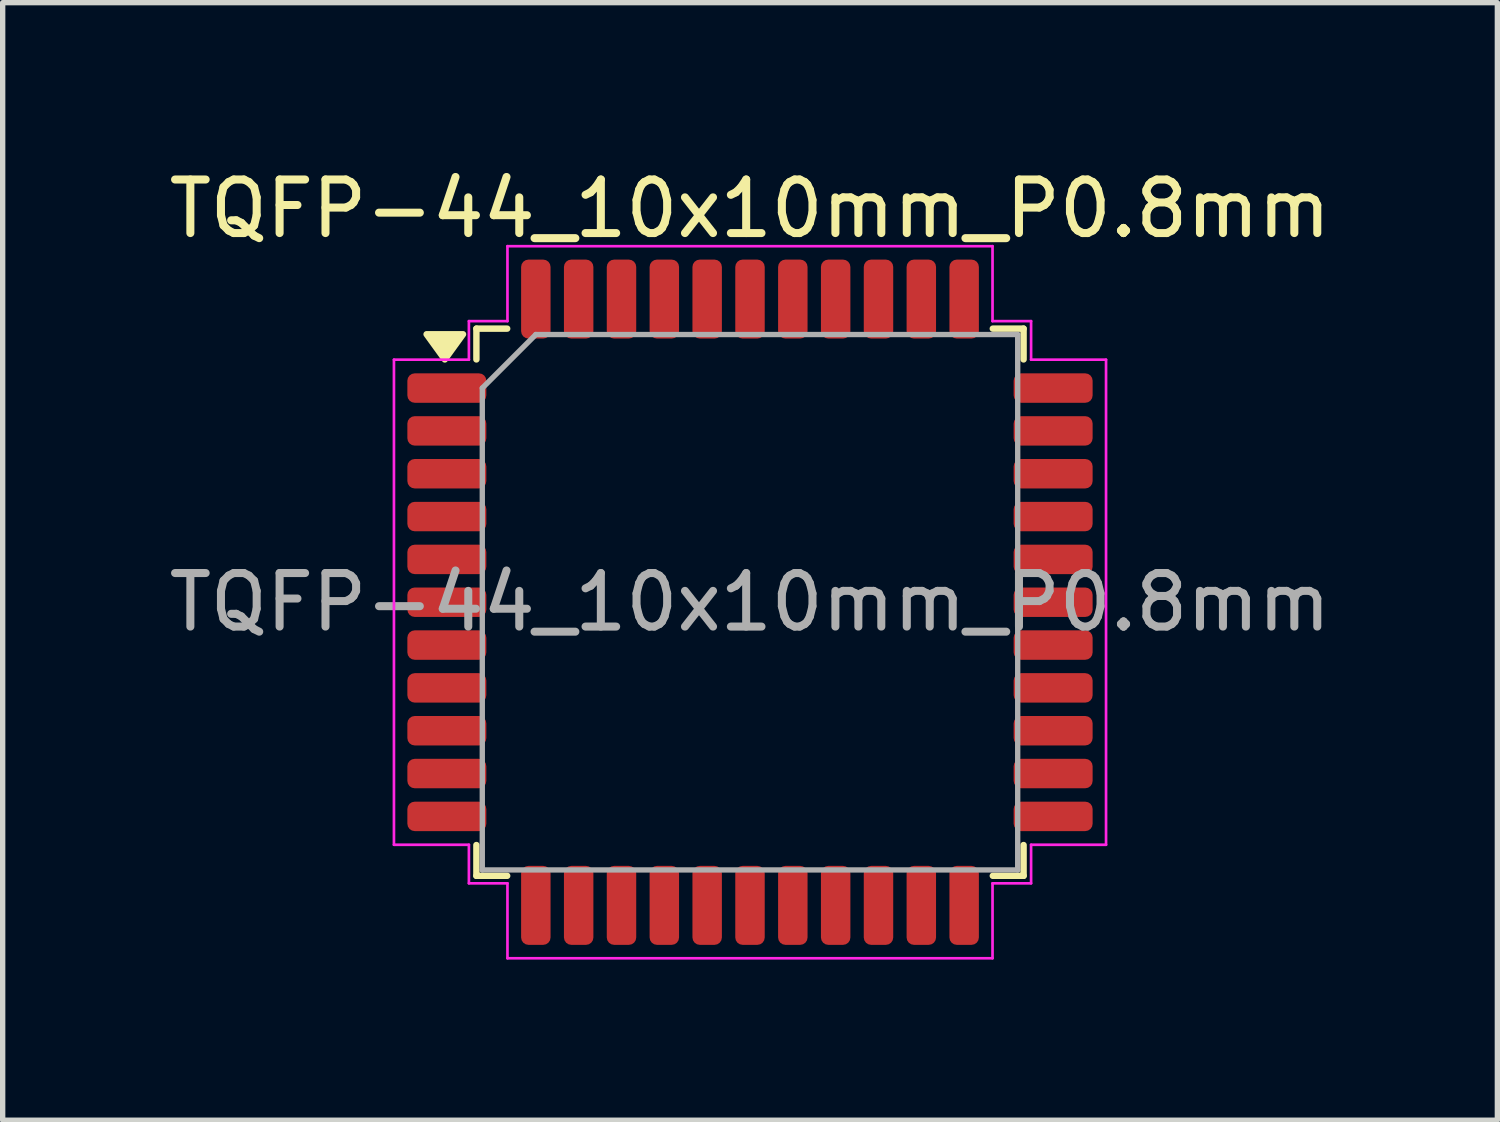
<source format=kicad_pcb>
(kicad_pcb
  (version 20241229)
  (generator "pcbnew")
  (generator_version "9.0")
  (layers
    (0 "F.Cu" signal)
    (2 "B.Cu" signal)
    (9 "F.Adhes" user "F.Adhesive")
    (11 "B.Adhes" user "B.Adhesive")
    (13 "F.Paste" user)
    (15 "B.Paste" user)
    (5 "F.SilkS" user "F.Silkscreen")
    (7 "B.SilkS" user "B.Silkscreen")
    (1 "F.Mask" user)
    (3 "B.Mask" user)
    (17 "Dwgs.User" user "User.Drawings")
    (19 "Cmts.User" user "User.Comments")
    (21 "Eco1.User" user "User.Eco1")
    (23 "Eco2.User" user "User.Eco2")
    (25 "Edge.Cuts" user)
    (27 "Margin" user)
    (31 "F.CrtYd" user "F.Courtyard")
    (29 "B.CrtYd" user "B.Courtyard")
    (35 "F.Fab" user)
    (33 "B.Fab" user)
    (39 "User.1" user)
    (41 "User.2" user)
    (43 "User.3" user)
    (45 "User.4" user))
  (footprint "TQFP-44_10x10mm_P0.8mm"
    (layer "F.Cu")
    (at 10.958 8.198)
    (property "Reference" "TQFP-44_10x10mm_P0.8mm" (at 0 -7.35 0) (layer "F.SilkS") (effects (font (size 1 1) (thickness 0.15))))
    (attr smd)
    (fp_line (start -5.11 -5.11) (end -5.11 -4.535) (stroke (width 0.12) (type solid)) (layer "F.SilkS"))
    (fp_line (start -5.11 5.11) (end -5.11 4.535) (stroke (width 0.12) (type solid)) (layer "F.SilkS"))
    (fp_line (start -4.535 -5.11) (end -5.11 -5.11) (stroke (width 0.12) (type solid)) (layer "F.SilkS"))
    (fp_line (start -4.535 5.11) (end -5.11 5.11) (stroke (width 0.12) (type solid)) (layer "F.SilkS"))
    (fp_line (start 4.535 -5.11) (end 5.11 -5.11) (stroke (width 0.12) (type solid)) (layer "F.SilkS"))
    (fp_line (start 4.535 5.11) (end 5.11 5.11) (stroke (width 0.12) (type solid)) (layer "F.SilkS"))
    (fp_line (start 5.11 -5.11) (end 5.11 -4.535) (stroke (width 0.12) (type solid)) (layer "F.SilkS"))
    (fp_line (start 5.11 5.11) (end 5.11 4.535) (stroke (width 0.12) (type solid)) (layer "F.SilkS"))
    (fp_poly (pts (xy -5.7 -4.535) (xy -6.04 -5.005) (xy -5.36 -5.005)) (stroke (width 0.12) (type solid)) (fill yes) (layer "F.SilkS"))
    (fp_line (start -6.65 -4.53) (end -5.25 -4.53) (stroke (width 0.05) (type solid)) (layer "F.CrtYd"))
    (fp_line (start -6.65 4.53) (end -6.65 -4.53) (stroke (width 0.05) (type solid)) (layer "F.CrtYd"))
    (fp_line (start -5.25 -5.25) (end -4.53 -5.25) (stroke (width 0.05) (type solid)) (layer "F.CrtYd"))
    (fp_line (start -5.25 -4.53) (end -5.25 -5.25) (stroke (width 0.05) (type solid)) (layer "F.CrtYd"))
    (fp_line (start -5.25 4.53) (end -6.65 4.53) (stroke (width 0.05) (type solid)) (layer "F.CrtYd"))
    (fp_line (start -5.25 5.25) (end -5.25 4.53) (stroke (width 0.05) (type solid)) (layer "F.CrtYd"))
    (fp_line (start -4.53 -6.65) (end 4.53 -6.65) (stroke (width 0.05) (type solid)) (layer "F.CrtYd"))
    (fp_line (start -4.53 -5.25) (end -4.53 -6.65) (stroke (width 0.05) (type solid)) (layer "F.CrtYd"))
    (fp_line (start -4.53 5.25) (end -5.25 5.25) (stroke (width 0.05) (type solid)) (layer "F.CrtYd"))
    (fp_line (start -4.53 6.65) (end -4.53 5.25) (stroke (width 0.05) (type solid)) (layer "F.CrtYd"))
    (fp_line (start 4.53 -6.65) (end 4.53 -5.25) (stroke (width 0.05) (type solid)) (layer "F.CrtYd"))
    (fp_line (start 4.53 -5.25) (end 5.25 -5.25) (stroke (width 0.05) (type solid)) (layer "F.CrtYd"))
    (fp_line (start 4.53 5.25) (end 4.53 6.65) (stroke (width 0.05) (type solid)) (layer "F.CrtYd"))
    (fp_line (start 4.53 6.65) (end -4.53 6.65) (stroke (width 0.05) (type solid)) (layer "F.CrtYd"))
    (fp_line (start 5.25 -5.25) (end 5.25 -4.53) (stroke (width 0.05) (type solid)) (layer "F.CrtYd"))
    (fp_line (start 5.25 -4.53) (end 6.65 -4.53) (stroke (width 0.05) (type solid)) (layer "F.CrtYd"))
    (fp_line (start 5.25 4.53) (end 5.25 5.25) (stroke (width 0.05) (type solid)) (layer "F.CrtYd"))
    (fp_line (start 5.25 5.25) (end 4.53 5.25) (stroke (width 0.05) (type solid)) (layer "F.CrtYd"))
    (fp_line (start 6.65 -4.53) (end 6.65 4.53) (stroke (width 0.05) (type solid)) (layer "F.CrtYd"))
    (fp_line (start 6.65 4.53) (end 5.25 4.53) (stroke (width 0.05) (type solid)) (layer "F.CrtYd"))
    (fp_line (start -5 -4) (end -4 -5) (stroke (width 0.1) (type solid)) (layer "F.Fab"))
    (fp_line (start -5 5) (end -5 -4) (stroke (width 0.1) (type solid)) (layer "F.Fab"))
    (fp_line (start -4 -5) (end 5 -5) (stroke (width 0.1) (type solid)) (layer "F.Fab"))
    (fp_line (start 5 -5) (end 5 5) (stroke (width 0.1) (type solid)) (layer "F.Fab"))
    (fp_line (start 5 5) (end -5 5) (stroke (width 0.1) (type solid)) (layer "F.Fab"))
    (fp_text user "${REFERENCE}" (at 0 0 0) (layer "F.Fab") (effects (font (size 1 1) (thickness 0.15))))
    (pad "1" smd roundrect (at -5.662 -4) (size 1.475 0.55) (layers "F.Cu" "F.Mask" "F.Paste") (roundrect_rratio 0.25))
    (pad "2" smd roundrect (at -5.662 -3.2) (size 1.475 0.55) (layers "F.Cu" "F.Mask" "F.Paste") (roundrect_rratio 0.25))
    (pad "3" smd roundrect (at -5.662 -2.4) (size 1.475 0.55) (layers "F.Cu" "F.Mask" "F.Paste") (roundrect_rratio 0.25))
    (pad "4" smd roundrect (at -5.662 -1.6) (size 1.475 0.55) (layers "F.Cu" "F.Mask" "F.Paste") (roundrect_rratio 0.25))
    (pad "5" smd roundrect (at -5.662 -0.8) (size 1.475 0.55) (layers "F.Cu" "F.Mask" "F.Paste") (roundrect_rratio 0.25))
    (pad "6" smd roundrect (at -5.662 0) (size 1.475 0.55) (layers "F.Cu" "F.Mask" "F.Paste") (roundrect_rratio 0.25))
    (pad "7" smd roundrect (at -5.662 0.8) (size 1.475 0.55) (layers "F.Cu" "F.Mask" "F.Paste") (roundrect_rratio 0.25))
    (pad "8" smd roundrect (at -5.662 1.6) (size 1.475 0.55) (layers "F.Cu" "F.Mask" "F.Paste") (roundrect_rratio 0.25))
    (pad "9" smd roundrect (at -5.662 2.4) (size 1.475 0.55) (layers "F.Cu" "F.Mask" "F.Paste") (roundrect_rratio 0.25))
    (pad "10" smd roundrect (at -5.662 3.2) (size 1.475 0.55) (layers "F.Cu" "F.Mask" "F.Paste") (roundrect_rratio 0.25))
    (pad "11" smd roundrect (at -5.662 4) (size 1.475 0.55) (layers "F.Cu" "F.Mask" "F.Paste") (roundrect_rratio 0.25))
    (pad "12" smd roundrect (at -4 5.662) (size 0.55 1.475) (layers "F.Cu" "F.Mask" "F.Paste") (roundrect_rratio 0.25))
    (pad "13" smd roundrect (at -3.2 5.662) (size 0.55 1.475) (layers "F.Cu" "F.Mask" "F.Paste") (roundrect_rratio 0.25))
    (pad "14" smd roundrect (at -2.4 5.662) (size 0.55 1.475) (layers "F.Cu" "F.Mask" "F.Paste") (roundrect_rratio 0.25))
    (pad "15" smd roundrect (at -1.6 5.662) (size 0.55 1.475) (layers "F.Cu" "F.Mask" "F.Paste") (roundrect_rratio 0.25))
    (pad "16" smd roundrect (at -0.8 5.662) (size 0.55 1.475) (layers "F.Cu" "F.Mask" "F.Paste") (roundrect_rratio 0.25))
    (pad "17" smd roundrect (at 0 5.662) (size 0.55 1.475) (layers "F.Cu" "F.Mask" "F.Paste") (roundrect_rratio 0.25))
    (pad "18" smd roundrect (at 0.8 5.662) (size 0.55 1.475) (layers "F.Cu" "F.Mask" "F.Paste") (roundrect_rratio 0.25))
    (pad "19" smd roundrect (at 1.6 5.662) (size 0.55 1.475) (layers "F.Cu" "F.Mask" "F.Paste") (roundrect_rratio 0.25))
    (pad "20" smd roundrect (at 2.4 5.662) (size 0.55 1.475) (layers "F.Cu" "F.Mask" "F.Paste") (roundrect_rratio 0.25))
    (pad "21" smd roundrect (at 3.2 5.662) (size 0.55 1.475) (layers "F.Cu" "F.Mask" "F.Paste") (roundrect_rratio 0.25))
    (pad "22" smd roundrect (at 4 5.662) (size 0.55 1.475) (layers "F.Cu" "F.Mask" "F.Paste") (roundrect_rratio 0.25))
    (pad "23" smd roundrect (at 5.662 4) (size 1.475 0.55) (layers "F.Cu" "F.Mask" "F.Paste") (roundrect_rratio 0.25))
    (pad "24" smd roundrect (at 5.662 3.2) (size 1.475 0.55) (layers "F.Cu" "F.Mask" "F.Paste") (roundrect_rratio 0.25))
    (pad "25" smd roundrect (at 5.662 2.4) (size 1.475 0.55) (layers "F.Cu" "F.Mask" "F.Paste") (roundrect_rratio 0.25))
    (pad "26" smd roundrect (at 5.662 1.6) (size 1.475 0.55) (layers "F.Cu" "F.Mask" "F.Paste") (roundrect_rratio 0.25))
    (pad "27" smd roundrect (at 5.662 0.8) (size 1.475 0.55) (layers "F.Cu" "F.Mask" "F.Paste") (roundrect_rratio 0.25))
    (pad "28" smd roundrect (at 5.662 0) (size 1.475 0.55) (layers "F.Cu" "F.Mask" "F.Paste") (roundrect_rratio 0.25))
    (pad "29" smd roundrect (at 5.662 -0.8) (size 1.475 0.55) (layers "F.Cu" "F.Mask" "F.Paste") (roundrect_rratio 0.25))
    (pad "30" smd roundrect (at 5.662 -1.6) (size 1.475 0.55) (layers "F.Cu" "F.Mask" "F.Paste") (roundrect_rratio 0.25))
    (pad "31" smd roundrect (at 5.662 -2.4) (size 1.475 0.55) (layers "F.Cu" "F.Mask" "F.Paste") (roundrect_rratio 0.25))
    (pad "32" smd roundrect (at 5.662 -3.2) (size 1.475 0.55) (layers "F.Cu" "F.Mask" "F.Paste") (roundrect_rratio 0.25))
    (pad "33" smd roundrect (at 5.662 -4) (size 1.475 0.55) (layers "F.Cu" "F.Mask" "F.Paste") (roundrect_rratio 0.25))
    (pad "34" smd roundrect (at 4 -5.662) (size 0.55 1.475) (layers "F.Cu" "F.Mask" "F.Paste") (roundrect_rratio 0.25))
    (pad "35" smd roundrect (at 3.2 -5.662) (size 0.55 1.475) (layers "F.Cu" "F.Mask" "F.Paste") (roundrect_rratio 0.25))
    (pad "36" smd roundrect (at 2.4 -5.662) (size 0.55 1.475) (layers "F.Cu" "F.Mask" "F.Paste") (roundrect_rratio 0.25))
    (pad "37" smd roundrect (at 1.6 -5.662) (size 0.55 1.475) (layers "F.Cu" "F.Mask" "F.Paste") (roundrect_rratio 0.25))
    (pad "38" smd roundrect (at 0.8 -5.662) (size 0.55 1.475) (layers "F.Cu" "F.Mask" "F.Paste") (roundrect_rratio 0.25))
    (pad "39" smd roundrect (at 0 -5.662) (size 0.55 1.475) (layers "F.Cu" "F.Mask" "F.Paste") (roundrect_rratio 0.25))
    (pad "40" smd roundrect (at -0.8 -5.662) (size 0.55 1.475) (layers "F.Cu" "F.Mask" "F.Paste") (roundrect_rratio 0.25))
    (pad "41" smd roundrect (at -1.6 -5.662) (size 0.55 1.475) (layers "F.Cu" "F.Mask" "F.Paste") (roundrect_rratio 0.25))
    (pad "42" smd roundrect (at -2.4 -5.662) (size 0.55 1.475) (layers "F.Cu" "F.Mask" "F.Paste") (roundrect_rratio 0.25))
    (pad "43" smd roundrect (at -3.2 -5.662) (size 0.55 1.475) (layers "F.Cu" "F.Mask" "F.Paste") (roundrect_rratio 0.25))
    (pad "44" smd roundrect (at -4 -5.662) (size 0.55 1.475) (layers "F.Cu" "F.Mask" "F.Paste") (roundrect_rratio 0.25)))
  (gr_rect
    (start -3 -3)
    (end 24.917 17.873)
    (stroke (width 0.1) (type default))
    (fill no)
    (layer "Edge.Cuts")))
</source>
